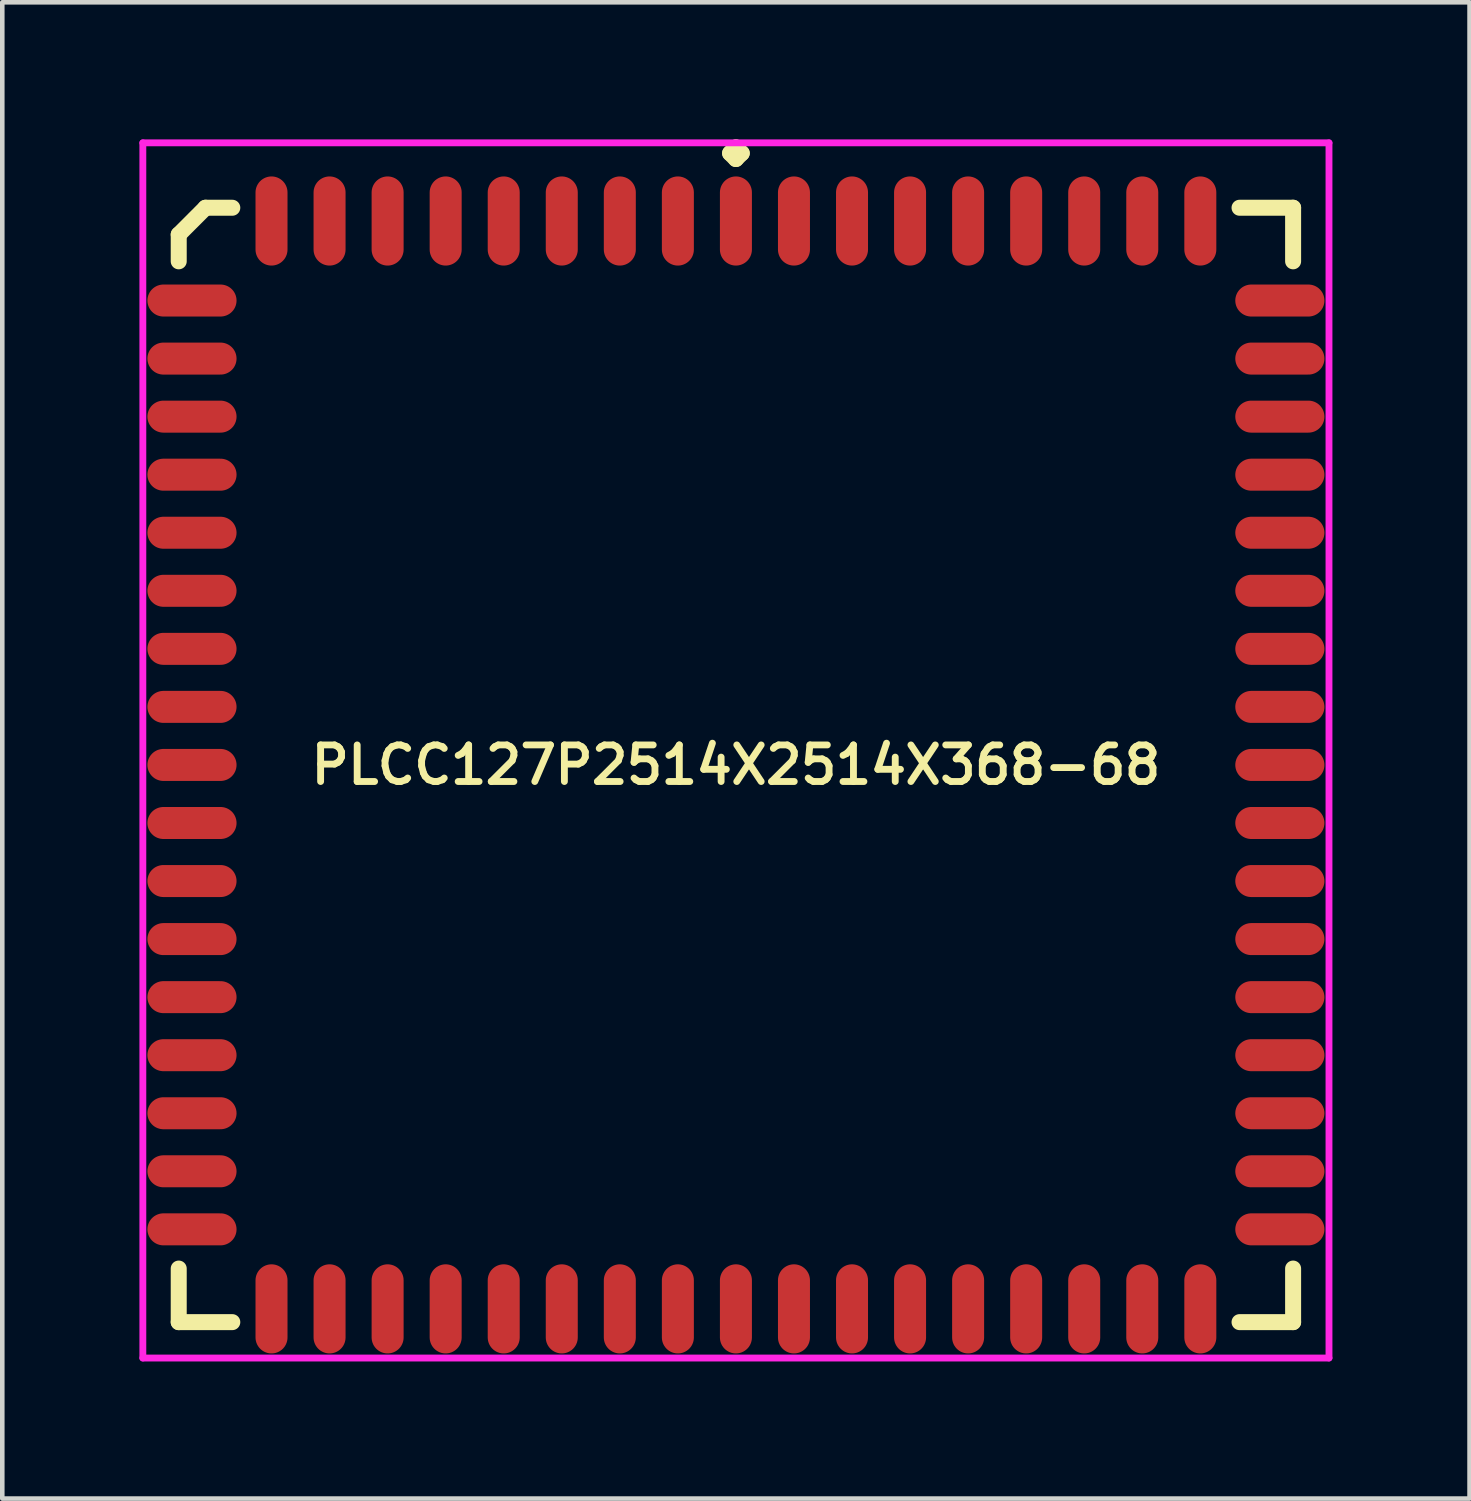
<source format=kicad_pcb>
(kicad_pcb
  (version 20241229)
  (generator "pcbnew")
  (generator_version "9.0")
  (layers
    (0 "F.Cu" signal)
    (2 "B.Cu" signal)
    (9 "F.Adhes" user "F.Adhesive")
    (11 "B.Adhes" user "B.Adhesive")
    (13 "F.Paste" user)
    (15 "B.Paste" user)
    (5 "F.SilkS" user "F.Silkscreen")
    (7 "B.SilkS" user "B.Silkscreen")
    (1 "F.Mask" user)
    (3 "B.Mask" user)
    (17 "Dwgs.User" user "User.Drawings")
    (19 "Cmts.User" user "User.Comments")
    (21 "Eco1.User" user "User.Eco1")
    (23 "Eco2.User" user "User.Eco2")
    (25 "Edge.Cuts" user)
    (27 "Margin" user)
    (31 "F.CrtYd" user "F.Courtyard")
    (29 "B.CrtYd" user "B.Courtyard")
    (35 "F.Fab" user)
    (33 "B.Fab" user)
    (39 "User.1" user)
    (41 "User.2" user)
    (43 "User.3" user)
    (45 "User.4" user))
  (footprint "PLCC127P2514X2514X368-68"
    (layer "F.Cu")
    (at 13.05 13.685)
    (property "Reference" "PLCC127P2514X2514X368-68" (at 0 0 0) (layer "F.SilkS") (effects (font (size 0.8 0.8) (thickness 0.15))))
    (attr smd)
    (fp_line (start -12.19 -11.604) (end -11.604 -12.19) (stroke (width 0.35) (type solid)) (layer "F.SilkS"))
    (fp_line (start -12.19 -11.018) (end -12.19 -11.604) (stroke (width 0.35) (type solid)) (layer "F.SilkS"))
    (fp_line (start -12.19 11.018) (end -12.19 12.19) (stroke (width 0.35) (type solid)) (layer "F.SilkS"))
    (fp_line (start -12.19 12.19) (end -11.018 12.19) (stroke (width 0.35) (type solid)) (layer "F.SilkS"))
    (fp_line (start -11.604 -12.19) (end -11.018 -12.19) (stroke (width 0.35) (type solid)) (layer "F.SilkS"))
    (fp_line (start -0.127 -13.383) (end 0 -13.51) (stroke (width 0.35) (type solid)) (layer "F.SilkS"))
    (fp_line (start 0 -13.51) (end 0.127 -13.383) (stroke (width 0.35) (type solid)) (layer "F.SilkS"))
    (fp_line (start 0 -13.256) (end -0.127 -13.383) (stroke (width 0.35) (type solid)) (layer "F.SilkS"))
    (fp_line (start 0.127 -13.383) (end 0 -13.256) (stroke (width 0.35) (type solid)) (layer "F.SilkS"))
    (fp_line (start 12.19 -12.19) (end 11.018 -12.19) (stroke (width 0.35) (type solid)) (layer "F.SilkS"))
    (fp_line (start 12.19 -11.018) (end 12.19 -12.19) (stroke (width 0.35) (type solid)) (layer "F.SilkS"))
    (fp_line (start 12.19 11.018) (end 12.19 12.19) (stroke (width 0.35) (type solid)) (layer "F.SilkS"))
    (fp_line (start 12.19 12.19) (end 11.018 12.19) (stroke (width 0.35) (type solid)) (layer "F.SilkS"))
    (fp_line (start -12.975 -13.61) (end 12.975 -13.61) (stroke (width 0.15) (type solid)) (layer "F.CrtYd"))
    (fp_line (start -12.975 12.975) (end -12.975 -13.61) (stroke (width 0.15) (type solid)) (layer "F.CrtYd"))
    (fp_line (start 12.975 -13.61) (end 12.975 12.975) (stroke (width 0.15) (type solid)) (layer "F.CrtYd"))
    (fp_line (start 12.975 12.975) (end -12.975 12.975) (stroke (width 0.15) (type solid)) (layer "F.CrtYd"))
    (pad "1" smd oval (at 0 -11.9) (size 0.7 1.95) (layers "F.Cu" "F.Mask" "F.Paste"))
    (pad "2" smd oval (at -1.27 -11.9) (size 0.7 1.95) (layers "F.Cu" "F.Mask" "F.Paste"))
    (pad "3" smd oval (at -2.54 -11.9) (size 0.7 1.95) (layers "F.Cu" "F.Mask" "F.Paste"))
    (pad "4" smd oval (at -3.81 -11.9) (size 0.7 1.95) (layers "F.Cu" "F.Mask" "F.Paste"))
    (pad "5" smd oval (at -5.08 -11.9) (size 0.7 1.95) (layers "F.Cu" "F.Mask" "F.Paste"))
    (pad "6" smd oval (at -6.35 -11.9) (size 0.7 1.95) (layers "F.Cu" "F.Mask" "F.Paste"))
    (pad "7" smd oval (at -7.62 -11.9) (size 0.7 1.95) (layers "F.Cu" "F.Mask" "F.Paste"))
    (pad "8" smd oval (at -8.89 -11.9) (size 0.7 1.95) (layers "F.Cu" "F.Mask" "F.Paste"))
    (pad "9" smd oval (at -10.16 -11.9) (size 0.7 1.95) (layers "F.Cu" "F.Mask" "F.Paste"))
    (pad "10" smd oval (at -11.9 -10.16) (size 1.95 0.7) (layers "F.Cu" "F.Mask" "F.Paste"))
    (pad "11" smd oval (at -11.9 -8.89) (size 1.95 0.7) (layers "F.Cu" "F.Mask" "F.Paste"))
    (pad "12" smd oval (at -11.9 -7.62) (size 1.95 0.7) (layers "F.Cu" "F.Mask" "F.Paste"))
    (pad "13" smd oval (at -11.9 -6.35) (size 1.95 0.7) (layers "F.Cu" "F.Mask" "F.Paste"))
    (pad "14" smd oval (at -11.9 -5.08) (size 1.95 0.7) (layers "F.Cu" "F.Mask" "F.Paste"))
    (pad "15" smd oval (at -11.9 -3.81) (size 1.95 0.7) (layers "F.Cu" "F.Mask" "F.Paste"))
    (pad "16" smd oval (at -11.9 -2.54) (size 1.95 0.7) (layers "F.Cu" "F.Mask" "F.Paste"))
    (pad "17" smd oval (at -11.9 -1.27) (size 1.95 0.7) (layers "F.Cu" "F.Mask" "F.Paste"))
    (pad "18" smd oval (at -11.9 0) (size 1.95 0.7) (layers "F.Cu" "F.Mask" "F.Paste"))
    (pad "19" smd oval (at -11.9 1.27) (size 1.95 0.7) (layers "F.Cu" "F.Mask" "F.Paste"))
    (pad "20" smd oval (at -11.9 2.54) (size 1.95 0.7) (layers "F.Cu" "F.Mask" "F.Paste"))
    (pad "21" smd oval (at -11.9 3.81) (size 1.95 0.7) (layers "F.Cu" "F.Mask" "F.Paste"))
    (pad "22" smd oval (at -11.9 5.08) (size 1.95 0.7) (layers "F.Cu" "F.Mask" "F.Paste"))
    (pad "23" smd oval (at -11.9 6.35) (size 1.95 0.7) (layers "F.Cu" "F.Mask" "F.Paste"))
    (pad "24" smd oval (at -11.9 7.62) (size 1.95 0.7) (layers "F.Cu" "F.Mask" "F.Paste"))
    (pad "25" smd oval (at -11.9 8.89) (size 1.95 0.7) (layers "F.Cu" "F.Mask" "F.Paste"))
    (pad "26" smd oval (at -11.9 10.16) (size 1.95 0.7) (layers "F.Cu" "F.Mask" "F.Paste"))
    (pad "27" smd oval (at -10.16 11.9) (size 0.7 1.95) (layers "F.Cu" "F.Mask" "F.Paste"))
    (pad "28" smd oval (at -8.89 11.9) (size 0.7 1.95) (layers "F.Cu" "F.Mask" "F.Paste"))
    (pad "29" smd oval (at -7.62 11.9) (size 0.7 1.95) (layers "F.Cu" "F.Mask" "F.Paste"))
    (pad "30" smd oval (at -6.35 11.9) (size 0.7 1.95) (layers "F.Cu" "F.Mask" "F.Paste"))
    (pad "31" smd oval (at -5.08 11.9) (size 0.7 1.95) (layers "F.Cu" "F.Mask" "F.Paste"))
    (pad "32" smd oval (at -3.81 11.9) (size 0.7 1.95) (layers "F.Cu" "F.Mask" "F.Paste"))
    (pad "33" smd oval (at -2.54 11.9) (size 0.7 1.95) (layers "F.Cu" "F.Mask" "F.Paste"))
    (pad "34" smd oval (at -1.27 11.9) (size 0.7 1.95) (layers "F.Cu" "F.Mask" "F.Paste"))
    (pad "35" smd oval (at 0 11.9) (size 0.7 1.95) (layers "F.Cu" "F.Mask" "F.Paste"))
    (pad "36" smd oval (at 1.27 11.9) (size 0.7 1.95) (layers "F.Cu" "F.Mask" "F.Paste"))
    (pad "37" smd oval (at 2.54 11.9) (size 0.7 1.95) (layers "F.Cu" "F.Mask" "F.Paste"))
    (pad "38" smd oval (at 3.81 11.9) (size 0.7 1.95) (layers "F.Cu" "F.Mask" "F.Paste"))
    (pad "39" smd oval (at 5.08 11.9) (size 0.7 1.95) (layers "F.Cu" "F.Mask" "F.Paste"))
    (pad "40" smd oval (at 6.35 11.9) (size 0.7 1.95) (layers "F.Cu" "F.Mask" "F.Paste"))
    (pad "41" smd oval (at 7.62 11.9) (size 0.7 1.95) (layers "F.Cu" "F.Mask" "F.Paste"))
    (pad "42" smd oval (at 8.89 11.9) (size 0.7 1.95) (layers "F.Cu" "F.Mask" "F.Paste"))
    (pad "43" smd oval (at 10.16 11.9) (size 0.7 1.95) (layers "F.Cu" "F.Mask" "F.Paste"))
    (pad "44" smd oval (at 11.9 10.16) (size 1.95 0.7) (layers "F.Cu" "F.Mask" "F.Paste"))
    (pad "45" smd oval (at 11.9 8.89) (size 1.95 0.7) (layers "F.Cu" "F.Mask" "F.Paste"))
    (pad "46" smd oval (at 11.9 7.62) (size 1.95 0.7) (layers "F.Cu" "F.Mask" "F.Paste"))
    (pad "47" smd oval (at 11.9 6.35) (size 1.95 0.7) (layers "F.Cu" "F.Mask" "F.Paste"))
    (pad "48" smd oval (at 11.9 5.08) (size 1.95 0.7) (layers "F.Cu" "F.Mask" "F.Paste"))
    (pad "49" smd oval (at 11.9 3.81) (size 1.95 0.7) (layers "F.Cu" "F.Mask" "F.Paste"))
    (pad "50" smd oval (at 11.9 2.54) (size 1.95 0.7) (layers "F.Cu" "F.Mask" "F.Paste"))
    (pad "51" smd oval (at 11.9 1.27) (size 1.95 0.7) (layers "F.Cu" "F.Mask" "F.Paste"))
    (pad "52" smd oval (at 11.9 0) (size 1.95 0.7) (layers "F.Cu" "F.Mask" "F.Paste"))
    (pad "53" smd oval (at 11.9 -1.27) (size 1.95 0.7) (layers "F.Cu" "F.Mask" "F.Paste"))
    (pad "54" smd oval (at 11.9 -2.54) (size 1.95 0.7) (layers "F.Cu" "F.Mask" "F.Paste"))
    (pad "55" smd oval (at 11.9 -3.81) (size 1.95 0.7) (layers "F.Cu" "F.Mask" "F.Paste"))
    (pad "56" smd oval (at 11.9 -5.08) (size 1.95 0.7) (layers "F.Cu" "F.Mask" "F.Paste"))
    (pad "57" smd oval (at 11.9 -6.35) (size 1.95 0.7) (layers "F.Cu" "F.Mask" "F.Paste"))
    (pad "58" smd oval (at 11.9 -7.62) (size 1.95 0.7) (layers "F.Cu" "F.Mask" "F.Paste"))
    (pad "59" smd oval (at 11.9 -8.89) (size 1.95 0.7) (layers "F.Cu" "F.Mask" "F.Paste"))
    (pad "60" smd oval (at 11.9 -10.16) (size 1.95 0.7) (layers "F.Cu" "F.Mask" "F.Paste"))
    (pad "61" smd oval (at 10.16 -11.9) (size 0.7 1.95) (layers "F.Cu" "F.Mask" "F.Paste"))
    (pad "62" smd oval (at 8.89 -11.9) (size 0.7 1.95) (layers "F.Cu" "F.Mask" "F.Paste"))
    (pad "63" smd oval (at 7.62 -11.9) (size 0.7 1.95) (layers "F.Cu" "F.Mask" "F.Paste"))
    (pad "64" smd oval (at 6.35 -11.9) (size 0.7 1.95) (layers "F.Cu" "F.Mask" "F.Paste"))
    (pad "65" smd oval (at 5.08 -11.9) (size 0.7 1.95) (layers "F.Cu" "F.Mask" "F.Paste"))
    (pad "66" smd oval (at 3.81 -11.9) (size 0.7 1.95) (layers "F.Cu" "F.Mask" "F.Paste"))
    (pad "67" smd oval (at 2.54 -11.9) (size 0.7 1.95) (layers "F.Cu" "F.Mask" "F.Paste"))
    (pad "68" smd oval (at 1.27 -11.9) (size 0.7 1.95) (layers "F.Cu" "F.Mask" "F.Paste")))
  (gr_rect
    (start -3 -3)
    (end 29.1 29.735)
    (stroke (width 0.1) (type default))
    (fill no)
    (layer "Edge.Cuts")))
</source>
